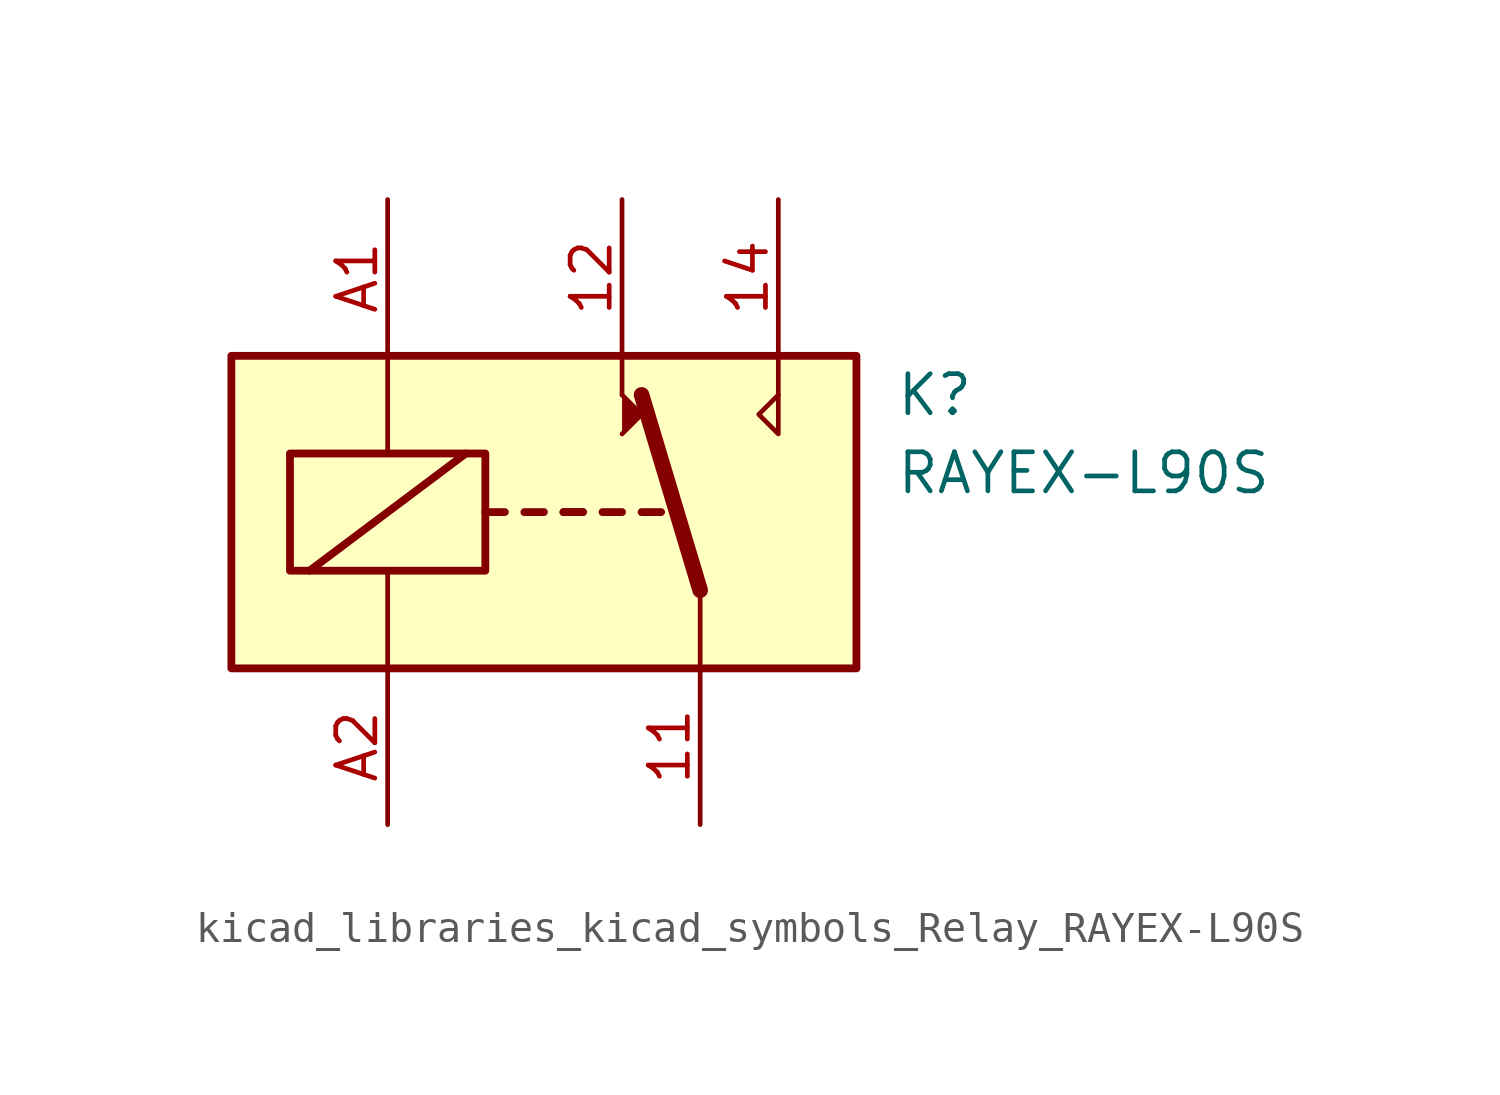
<source format=kicad_sym>
(kicad_symbol_lib
  (version 20220914)
  (generator kicad_symbol_editor)
  (symbol "kicad_libraries_kicad_symbols_Relay_RAYEX-L90S"
    (property "Reference" "K"
      (at 11.43 3.81 0)
      (effects (font (size 1.27 1.27)) (justify left)))
    (property "Value" "RAYEX-L90S"
      (at 11.43 1.27 0)
      (effects (font (size 1.27 1.27)) (justify left)))
    (symbol "kicad_libraries_kicad_symbols_Relay_RAYEX-L90S_1_0"
      (polyline (pts (xy 2.54 3.81) (xy 2.54 5.08)) (stroke (width 0) (type default)) (fill (type none)))
      (polyline (pts (xy 7.62 3.81) (xy 7.62 5.08)) (stroke (width 0) (type default)) (fill (type none)))
      (polyline (pts (xy 7.62 3.81) (xy 7.62 2.54) (xy 6.985 3.175) (xy 7.62 3.81)) (stroke (width 0) (type default)) (fill (type none))))
    (symbol "kicad_libraries_kicad_symbols_Relay_RAYEX-L90S_1_1"
      (rectangle (start -10.16 5.08) (end 10.16 -5.08) (stroke (width 0.254) (type default)) (fill (type background)))
      (rectangle (start -8.255 1.905) (end -1.905 -1.905) (stroke (width 0.254) (type default)) (fill (type none)))
      (polyline (pts (xy -7.62 -1.905) (xy -2.54 1.905)) (stroke (width 0.254) (type default)) (fill (type none)))
      (polyline (pts (xy -5.08 -5.08) (xy -5.08 -1.905)) (stroke (width 0) (type default)) (fill (type none)))
      (polyline (pts (xy -5.08 5.08) (xy -5.08 1.905)) (stroke (width 0) (type default)) (fill (type none)))
      (polyline (pts (xy -1.905 0) (xy -1.27 0)) (stroke (width 0.254) (type default)) (fill (type none)))
      (polyline (pts (xy -0.635 0) (xy 0 0)) (stroke (width 0.254) (type default)) (fill (type none)))
      (polyline (pts (xy 0.635 0) (xy 1.27 0)) (stroke (width 0.254) (type default)) (fill (type none)))
      (polyline (pts (xy 0.635 0) (xy 1.27 0)) (stroke (width 0.254) (type default)) (fill (type none)))
      (polyline (pts (xy 1.905 0) (xy 2.54 0)) (stroke (width 0.254) (type default)) (fill (type none)))
      (polyline (pts (xy 3.175 0) (xy 3.81 0)) (stroke (width 0.254) (type default)) (fill (type none)))
      (polyline (pts (xy 5.08 -2.54) (xy 3.175 3.81)) (stroke (width 0.508) (type default)) (fill (type none)))
      (polyline (pts (xy 5.08 -2.54) (xy 5.08 -5.08)) (stroke (width 0) (type default)) (fill (type none)))
      (polyline (pts (xy 2.54 2.54) (xy 3.175 3.175) (xy 2.54 3.81)) (stroke (width 0) (type default)) (fill (type outline)))
      (pin passive line (at 5.08 -10.16 90) (length 5.08) (name "~" (effects (font (size 1.27 1.27)))) (number "11" (effects (font (size 1.27 1.27)))))
      (pin passive line (at 2.54 10.16 270) (length 5.08) (name "~" (effects (font (size 1.27 1.27)))) (number "12" (effects (font (size 1.27 1.27)))))
      (pin passive line (at 7.62 10.16 270) (length 5.08) (name "~" (effects (font (size 1.27 1.27)))) (number "14" (effects (font (size 1.27 1.27)))))
      (pin passive line (at -5.08 10.16 270) (length 5.08) (name "~" (effects (font (size 1.27 1.27)))) (number "A1" (effects (font (size 1.27 1.27)))))
      (pin passive line (at -5.08 -10.16 90) (length 5.08) (name "~" (effects (font (size 1.27 1.27)))) (number "A2" (effects (font (size 1.27 1.27))))))))
</source>
